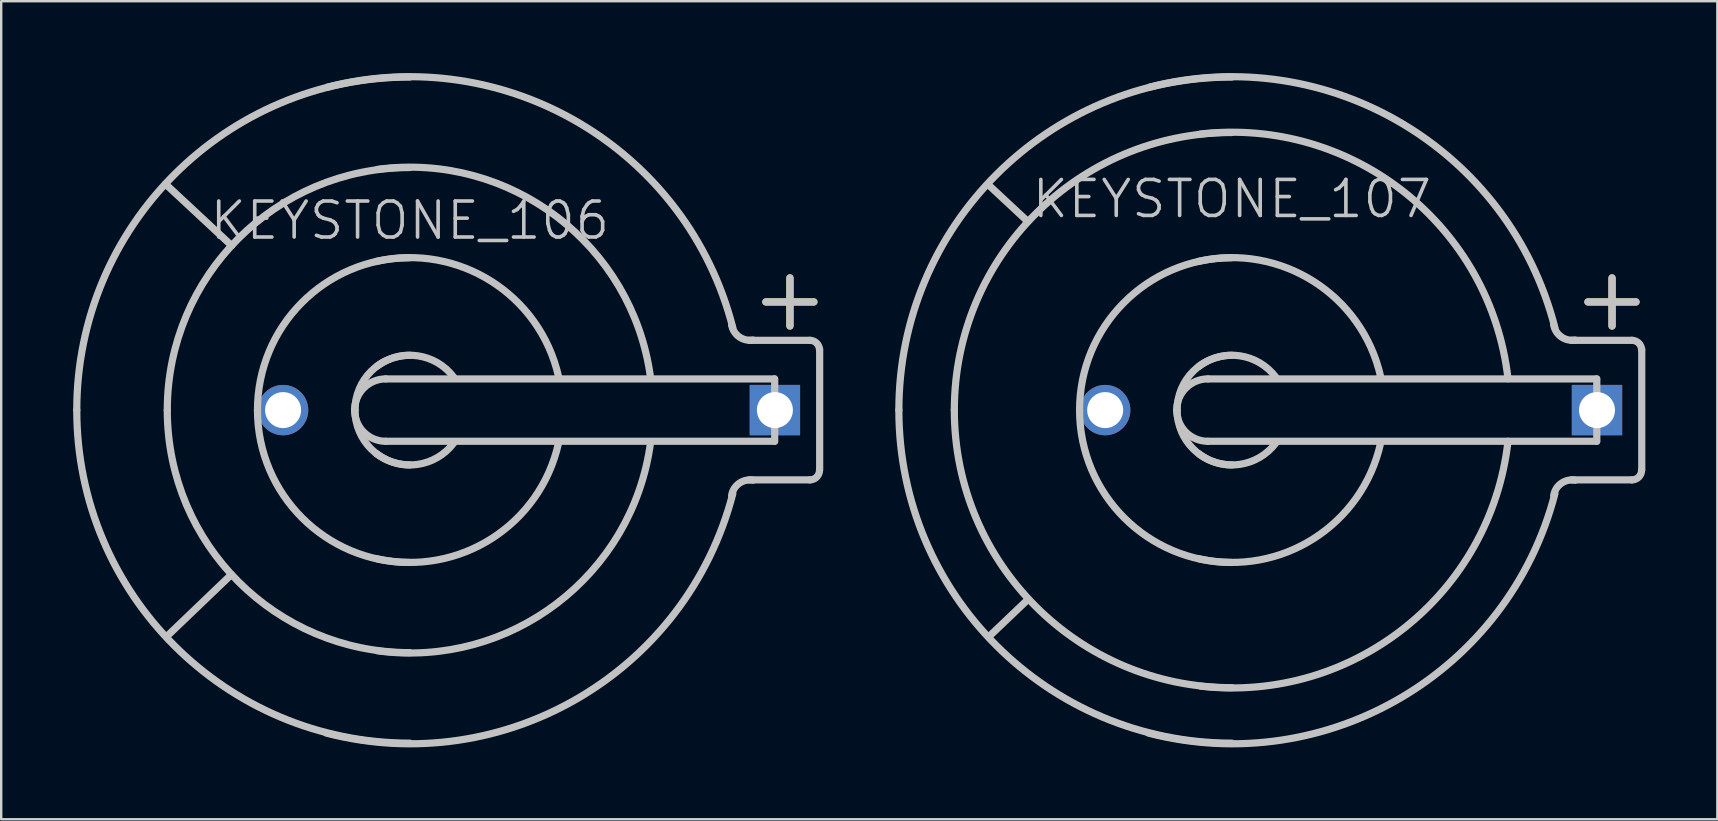
<source format=kicad_pcb>
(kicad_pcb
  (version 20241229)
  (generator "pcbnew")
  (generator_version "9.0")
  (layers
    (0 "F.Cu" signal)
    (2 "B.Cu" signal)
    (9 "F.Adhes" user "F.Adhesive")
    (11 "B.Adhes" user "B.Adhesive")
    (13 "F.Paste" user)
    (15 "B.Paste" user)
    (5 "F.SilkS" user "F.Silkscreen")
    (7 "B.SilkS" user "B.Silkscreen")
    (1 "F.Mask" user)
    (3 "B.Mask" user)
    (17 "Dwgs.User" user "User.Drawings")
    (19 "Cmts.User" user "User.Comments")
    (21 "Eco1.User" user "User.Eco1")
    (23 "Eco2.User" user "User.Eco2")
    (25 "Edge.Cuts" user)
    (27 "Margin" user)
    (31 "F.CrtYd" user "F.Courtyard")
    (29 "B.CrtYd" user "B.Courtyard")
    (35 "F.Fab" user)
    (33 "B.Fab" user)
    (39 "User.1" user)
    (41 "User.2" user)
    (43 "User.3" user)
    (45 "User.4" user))
  (footprint "KEYSTONE_107"
    (layer "F.Cu")
    (at 48.294 14.042)
    (property "Reference" "KEYSTONE_107" (at 0 -8.8 0) (layer "Dwgs.User") (effects (font (size 1.5 1.5) (thickness 0.15))))
    (attr through_hole)
    (fp_line (start 14.839 -4.508) (end 16.84 -4.508) (stroke (width 0.3) (type solid)) (layer "F.SilkS"))
    (fp_line (start 15.842 -3.505) (end 15.842 -5.509) (stroke (width 0.3) (type solid)) (layer "F.SilkS"))
    (fp_line (start -8.509 -7.861) (end -10.173 -9.411) (stroke (width 0.3) (type solid)) (layer "Dwgs.User"))
    (fp_line (start -8.496 7.887) (end -10.135 9.449) (stroke (width 0.3) (type solid)) (layer "Dwgs.User"))
    (fp_line (start -1.001 -1.3) (end 15.199 -1.3) (stroke (width 0.3) (type solid)) (layer "Dwgs.User"))
    (fp_line (start 14.839 -4.508) (end 16.84 -4.508) (stroke (width 0.3) (type solid)) (layer "Dwgs.User"))
    (fp_line (start 15.199 1.3) (end -1.001 1.3) (stroke (width 0.3) (type solid)) (layer "Dwgs.User"))
    (fp_line (start 15.207 -1.3) (end 15.207 1.3) (stroke (width 0.3) (type solid)) (layer "Dwgs.User"))
    (fp_line (start 15.842 -3.505) (end 15.842 -5.509) (stroke (width 0.3) (type solid)) (layer "Dwgs.User"))
    (fp_line (start 16.675 -2.908) (end 14.148 -2.908) (stroke (width 0.3) (type solid)) (layer "Dwgs.User"))
    (fp_line (start 16.675 2.908) (end 14.148 2.908) (stroke (width 0.3) (type solid)) (layer "Dwgs.User"))
    (fp_line (start 17.081 -2.54) (end 17.081 2.489) (stroke (width 0.3) (type solid)) (layer "Dwgs.User"))
    (fp_arc (start -13.8811 0) (mid -9.81542 -9.81542) (end 0 -13.8811) (stroke (width 0.3) (type solid)) (layer "Dwgs.User"))
    (fp_arc (start -11.5697 0) (mid -8.181013 -8.181013) (end 0 -11.5697) (stroke (width 0.3) (type solid)) (layer "Dwgs.User"))
    (fp_arc (start -6.35 0.0254) (mid -4.508089 -4.472168) (end -0.0254 -6.35) (stroke (width 0.3) (type solid)) (layer "Dwgs.User"))
    (fp_arc (start -3.429 -13.462) (mid 7.094402 -11.943741) (end 13.462 -3.429) (stroke (width 0.3) (type solid)) (layer "Dwgs.User"))
    (fp_arc (start -2.30124 0) (mid -1.920338 -0.919578) (end -1.00076 -1.30048) (stroke (width 0.3) (type solid)) (layer "Dwgs.User"))
    (fp_arc (start -2.286 0) (mid -1.616446 -1.616446) (end 0 -2.286) (stroke (width 0.3) (type solid)) (layer "Dwgs.User"))
    (fp_arc (start -1.397 -6.1976) (mid 3.394537 -5.370193) (end 6.1976 -1.397) (stroke (width 0.3) (type solid)) (layer "Dwgs.User"))
    (fp_arc (start -1.3716 -1.8288) (mid 0.323289 -2.263025) (end 1.8288 -1.3716) (stroke (width 0.3) (type solid)) (layer "Dwgs.User"))
    (fp_arc (start -1.3081 -11.5062) (mid 7.211146 -9.061078) (end 11.5062 -1.3081) (stroke (width 0.3) (type solid)) (layer "Dwgs.User"))
    (fp_arc (start -1.00076 1.30048) (mid -1.920338 0.919578) (end -2.30124 0) (stroke (width 0.3) (type solid)) (layer "Dwgs.User"))
    (fp_arc (start 0 2.286) (mid -1.616446 1.616446) (end -2.286 0) (stroke (width 0.3) (type solid)) (layer "Dwgs.User"))
    (fp_arc (start 0 6.35) (mid -4.490128 4.490128) (end -6.35 0) (stroke (width 0.3) (type solid)) (layer "Dwgs.User"))
    (fp_arc (start 0 11.5697) (mid -8.181013 8.181013) (end -11.5697 0) (stroke (width 0.3) (type solid)) (layer "Dwgs.User"))
    (fp_arc (start 0 13.8811) (mid -9.81542 9.81542) (end -13.8811 0) (stroke (width 0.3) (type solid)) (layer "Dwgs.User"))
    (fp_arc (start 1.8288 1.3716) (mid 0.323289 2.263025) (end -1.3716 1.8288) (stroke (width 0.3) (type solid)) (layer "Dwgs.User"))
    (fp_arc (start 6.1976 1.3716) (mid 3.412497 5.352233) (end -1.3716 6.1976) (stroke (width 0.3) (type solid)) (layer "Dwgs.User"))
    (fp_arc (start 11.5062 1.3) (mid 7.216873 9.055351) (end -1.3 11.5062) (stroke (width 0.3) (type solid)) (layer "Dwgs.User"))
    (fp_arc (start 13.4112 3.556) (mid 13.724187 3.054382) (end 14.3002 2.921) (stroke (width 0.3) (type solid)) (layer "Dwgs.User"))
    (fp_arc (start 13.462 3.4798) (mid 7.058481 11.979662) (end -3.4798 13.462) (stroke (width 0.3) (type solid)) (layer "Dwgs.User"))
    (fp_arc (start 14.3002 -2.921) (mid 13.724187 -3.054382) (end 13.4112 -3.556) (stroke (width 0.3) (type solid)) (layer "Dwgs.User"))
    (fp_arc (start 16.67256 -2.9083) (mid 16.956336 -2.790756) (end 17.07388 -2.50698) (stroke (width 0.3) (type solid)) (layer "Dwgs.User"))
    (fp_arc (start 17.07388 2.50698) (mid 16.956336 2.790756) (end 16.67256 2.9083) (stroke (width 0.3) (type solid)) (layer "Dwgs.User"))
    (pad "1" thru_hole rect (at 15.215 0) (size 2.1 2.1) (drill 1.5) (layers "*.Cu" "*.Mask"))
    (pad "2" thru_hole circle (at -5.283 0) (size 2.1 2.1) (drill 1.5) (layers "*.Cu" "*.Mask")))
  (footprint "KEYSTONE_106"
    (layer "F.Cu")
    (at 14.031 14.042)
    (property "Reference" "KEYSTONE_106" (at 0 -7.9 0) (layer "Dwgs.User") (effects (font (size 1.5 1.5) (thickness 0.15))))
    (attr through_hole)
    (fp_line (start 14.839 -4.508) (end 16.84 -4.508) (stroke (width 0.3) (type solid)) (layer "F.SilkS"))
    (fp_line (start 15.842 -3.505) (end 15.842 -5.509) (stroke (width 0.3) (type solid)) (layer "F.SilkS"))
    (fp_line (start -7.442 6.858) (end -10.147 9.449) (stroke (width 0.3) (type solid)) (layer "Dwgs.User"))
    (fp_line (start -7.429 -6.858) (end -10.185 -9.423) (stroke (width 0.3) (type solid)) (layer "Dwgs.User"))
    (fp_line (start -1.001 -1.3) (end 15.199 -1.3) (stroke (width 0.3) (type solid)) (layer "Dwgs.User"))
    (fp_line (start 14.839 -4.508) (end 16.84 -4.508) (stroke (width 0.3) (type solid)) (layer "Dwgs.User"))
    (fp_line (start 15.199 1.3) (end -1.001 1.3) (stroke (width 0.3) (type solid)) (layer "Dwgs.User"))
    (fp_line (start 15.207 -1.3) (end 15.207 1.3) (stroke (width 0.3) (type solid)) (layer "Dwgs.User"))
    (fp_line (start 15.842 -3.505) (end 15.842 -5.509) (stroke (width 0.3) (type solid)) (layer "Dwgs.User"))
    (fp_line (start 16.675 -2.908) (end 14.148 -2.908) (stroke (width 0.3) (type solid)) (layer "Dwgs.User"))
    (fp_line (start 16.675 2.908) (end 14.148 2.908) (stroke (width 0.3) (type solid)) (layer "Dwgs.User"))
    (fp_line (start 17.081 -2.54) (end 17.081 2.489) (stroke (width 0.3) (type solid)) (layer "Dwgs.User"))
    (fp_arc (start -13.8811 0) (mid -9.81542 -9.81542) (end 0 -13.8811) (stroke (width 0.3) (type solid)) (layer "Dwgs.User"))
    (fp_arc (start -10.1092 0) (mid -7.148284 -7.148284) (end 0 -10.1092) (stroke (width 0.3) (type solid)) (layer "Dwgs.User"))
    (fp_arc (start -6.35 0.0254) (mid -4.508089 -4.472168) (end -0.0254 -6.35) (stroke (width 0.3) (type solid)) (layer "Dwgs.User"))
    (fp_arc (start -3.429 -13.462) (mid 7.094402 -11.943741) (end 13.462 -3.429) (stroke (width 0.3) (type solid)) (layer "Dwgs.User"))
    (fp_arc (start -2.30124 0) (mid -1.920338 -0.919578) (end -1.00076 -1.30048) (stroke (width 0.3) (type solid)) (layer "Dwgs.User"))
    (fp_arc (start -2.286 0) (mid -1.616446 -1.616446) (end 0 -2.286) (stroke (width 0.3) (type solid)) (layer "Dwgs.User"))
    (fp_arc (start -1.397 -6.1976) (mid 3.394537 -5.370193) (end 6.1976 -1.397) (stroke (width 0.3) (type solid)) (layer "Dwgs.User"))
    (fp_arc (start -1.3716 -1.8288) (mid 0.323289 -2.263025) (end 1.8288 -1.3716) (stroke (width 0.3) (type solid)) (layer "Dwgs.User"))
    (fp_arc (start -1.3462 -10.033) (mid 6.142495 -8.046309) (end 10.033 -1.3462) (stroke (width 0.3) (type solid)) (layer "Dwgs.User"))
    (fp_arc (start -1.00076 1.30048) (mid -1.920338 0.919578) (end -2.30124 0) (stroke (width 0.3) (type solid)) (layer "Dwgs.User"))
    (fp_arc (start 0 2.286) (mid -1.616446 1.616446) (end -2.286 0) (stroke (width 0.3) (type solid)) (layer "Dwgs.User"))
    (fp_arc (start 0 6.35) (mid -4.490128 4.490128) (end -6.35 0) (stroke (width 0.3) (type solid)) (layer "Dwgs.User"))
    (fp_arc (start 0 10.1092) (mid -7.148284 7.148284) (end -10.1092 0) (stroke (width 0.3) (type solid)) (layer "Dwgs.User"))
    (fp_arc (start 0 13.8811) (mid -9.81542 9.81542) (end -13.8811 0) (stroke (width 0.3) (type solid)) (layer "Dwgs.User"))
    (fp_arc (start 1.8288 1.3716) (mid 0.323289 2.263025) (end -1.3716 1.8288) (stroke (width 0.3) (type solid)) (layer "Dwgs.User"))
    (fp_arc (start 6.1976 1.3716) (mid 3.412497 5.352233) (end -1.3716 6.1976) (stroke (width 0.3) (type solid)) (layer "Dwgs.User"))
    (fp_arc (start 10.033 1.3462) (mid 6.142495 8.046309) (end -1.3462 10.033) (stroke (width 0.3) (type solid)) (layer "Dwgs.User"))
    (fp_arc (start 13.4112 3.556) (mid 13.724187 3.054382) (end 14.3002 2.921) (stroke (width 0.3) (type solid)) (layer "Dwgs.User"))
    (fp_arc (start 13.462 3.4798) (mid 7.058481 11.979662) (end -3.4798 13.462) (stroke (width 0.3) (type solid)) (layer "Dwgs.User"))
    (fp_arc (start 14.3002 -2.921) (mid 13.724187 -3.054382) (end 13.4112 -3.556) (stroke (width 0.3) (type solid)) (layer "Dwgs.User"))
    (fp_arc (start 16.67256 -2.9083) (mid 16.956336 -2.790756) (end 17.07388 -2.50698) (stroke (width 0.3) (type solid)) (layer "Dwgs.User"))
    (fp_arc (start 17.07388 2.50698) (mid 16.956336 2.790756) (end 16.67256 2.9083) (stroke (width 0.3) (type solid)) (layer "Dwgs.User"))
    (pad "1" thru_hole rect (at 15.215 0) (size 2.1 2.1) (drill 1.5) (layers "*.Cu" "*.Mask"))
    (pad "2" thru_hole circle (at -5.283 0) (size 2.1 2.1) (drill 1.5) (layers "*.Cu" "*.Mask")))
  (gr_rect
    (start -3 -3)
    (end 68.525 31.096)
    (stroke (width 0.1) (type default))
    (fill no)
    (layer "Edge.Cuts")))
</source>
